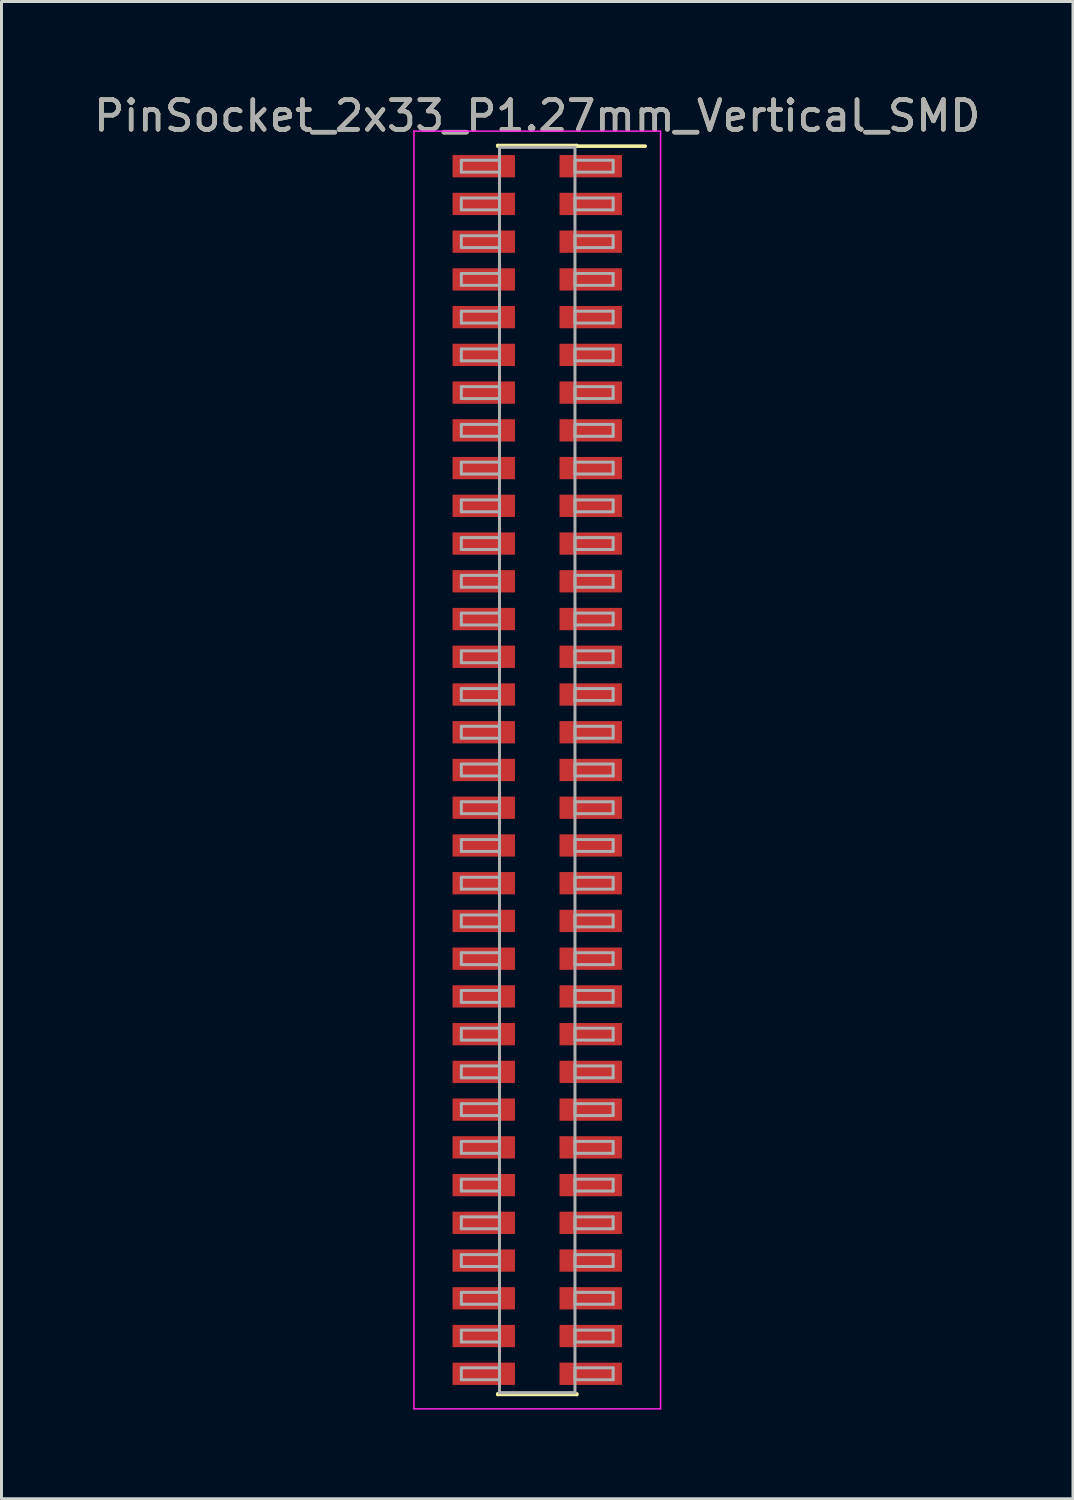
<source format=kicad_pcb>
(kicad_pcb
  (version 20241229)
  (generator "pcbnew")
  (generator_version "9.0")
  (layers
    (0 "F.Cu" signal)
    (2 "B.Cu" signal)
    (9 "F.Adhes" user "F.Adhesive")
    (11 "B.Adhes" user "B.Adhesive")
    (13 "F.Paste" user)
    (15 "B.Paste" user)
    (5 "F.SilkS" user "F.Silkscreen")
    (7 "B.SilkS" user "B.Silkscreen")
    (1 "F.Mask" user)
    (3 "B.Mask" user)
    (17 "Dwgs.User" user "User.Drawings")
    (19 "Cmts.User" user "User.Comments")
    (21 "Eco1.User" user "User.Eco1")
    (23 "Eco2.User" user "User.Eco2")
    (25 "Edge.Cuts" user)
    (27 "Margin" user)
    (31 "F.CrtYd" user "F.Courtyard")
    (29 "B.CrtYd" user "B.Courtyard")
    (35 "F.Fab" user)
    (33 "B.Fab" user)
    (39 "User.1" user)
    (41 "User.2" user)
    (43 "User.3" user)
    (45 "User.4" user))
  (footprint "PinSocket_2x33_P1.27mm_Vertical_SMD"
    (layer "F.Cu")
    (at 15.03 22.863)
    (property "Reference" "PinSocket_2x33_P1.27mm_Vertical_SMD" (at 0 -22.015 0) (layer "F.SilkS") (effects (font (size 1 1) (thickness 0.15))))
    (attr smd)
    (fp_line (start -1.33 -21.015) (end 1.33 -21.015) (stroke (width 0.12) (type solid)) (layer "F.SilkS"))
    (fp_line (start -1.33 -20.995) (end -1.33 -21.015) (stroke (width 0.12) (type solid)) (layer "F.SilkS"))
    (fp_line (start -1.33 20.995) (end -1.33 21.015) (stroke (width 0.12) (type solid)) (layer "F.SilkS"))
    (fp_line (start -1.33 21.015) (end 1.33 21.015) (stroke (width 0.12) (type solid)) (layer "F.SilkS"))
    (fp_line (start 1.33 -21.015) (end 1.33 -20.995) (stroke (width 0.12) (type solid)) (layer "F.SilkS"))
    (fp_line (start 1.33 21.015) (end 1.33 20.995) (stroke (width 0.12) (type solid)) (layer "F.SilkS"))
    (fp_line (start 3.635 -20.995) (end 1.33 -20.995) (stroke (width 0.12) (type solid)) (layer "F.SilkS"))
    (fp_line (start -4.15 -21.5) (end -4.15 21.5) (stroke (width 0.05) (type solid)) (layer "F.CrtYd"))
    (fp_line (start -4.15 21.5) (end 4.15 21.5) (stroke (width 0.05) (type solid)) (layer "F.CrtYd"))
    (fp_line (start 4.15 -21.5) (end -4.15 -21.5) (stroke (width 0.05) (type solid)) (layer "F.CrtYd"))
    (fp_line (start 4.15 21.5) (end 4.15 -21.5) (stroke (width 0.05) (type solid)) (layer "F.CrtYd"))
    (fp_line (start -2.555 -20.52) (end -1.27 -20.52) (stroke (width 0.1) (type solid)) (layer "F.Fab"))
    (fp_line (start -2.555 -20.12) (end -2.555 -20.52) (stroke (width 0.1) (type solid)) (layer "F.Fab"))
    (fp_line (start -2.555 -19.25) (end -1.27 -19.25) (stroke (width 0.1) (type solid)) (layer "F.Fab"))
    (fp_line (start -2.555 -18.85) (end -2.555 -19.25) (stroke (width 0.1) (type solid)) (layer "F.Fab"))
    (fp_line (start -2.555 -17.98) (end -1.27 -17.98) (stroke (width 0.1) (type solid)) (layer "F.Fab"))
    (fp_line (start -2.555 -17.58) (end -2.555 -17.98) (stroke (width 0.1) (type solid)) (layer "F.Fab"))
    (fp_line (start -2.555 -16.71) (end -1.27 -16.71) (stroke (width 0.1) (type solid)) (layer "F.Fab"))
    (fp_line (start -2.555 -16.31) (end -2.555 -16.71) (stroke (width 0.1) (type solid)) (layer "F.Fab"))
    (fp_line (start -2.555 -15.44) (end -1.27 -15.44) (stroke (width 0.1) (type solid)) (layer "F.Fab"))
    (fp_line (start -2.555 -15.04) (end -2.555 -15.44) (stroke (width 0.1) (type solid)) (layer "F.Fab"))
    (fp_line (start -2.555 -14.17) (end -1.27 -14.17) (stroke (width 0.1) (type solid)) (layer "F.Fab"))
    (fp_line (start -2.555 -13.77) (end -2.555 -14.17) (stroke (width 0.1) (type solid)) (layer "F.Fab"))
    (fp_line (start -2.555 -12.9) (end -1.27 -12.9) (stroke (width 0.1) (type solid)) (layer "F.Fab"))
    (fp_line (start -2.555 -12.5) (end -2.555 -12.9) (stroke (width 0.1) (type solid)) (layer "F.Fab"))
    (fp_line (start -2.555 -11.63) (end -1.27 -11.63) (stroke (width 0.1) (type solid)) (layer "F.Fab"))
    (fp_line (start -2.555 -11.23) (end -2.555 -11.63) (stroke (width 0.1) (type solid)) (layer "F.Fab"))
    (fp_line (start -2.555 -10.36) (end -1.27 -10.36) (stroke (width 0.1) (type solid)) (layer "F.Fab"))
    (fp_line (start -2.555 -9.96) (end -2.555 -10.36) (stroke (width 0.1) (type solid)) (layer "F.Fab"))
    (fp_line (start -2.555 -9.09) (end -1.27 -9.09) (stroke (width 0.1) (type solid)) (layer "F.Fab"))
    (fp_line (start -2.555 -8.69) (end -2.555 -9.09) (stroke (width 0.1) (type solid)) (layer "F.Fab"))
    (fp_line (start -2.555 -7.82) (end -1.27 -7.82) (stroke (width 0.1) (type solid)) (layer "F.Fab"))
    (fp_line (start -2.555 -7.42) (end -2.555 -7.82) (stroke (width 0.1) (type solid)) (layer "F.Fab"))
    (fp_line (start -2.555 -6.55) (end -1.27 -6.55) (stroke (width 0.1) (type solid)) (layer "F.Fab"))
    (fp_line (start -2.555 -6.15) (end -2.555 -6.55) (stroke (width 0.1) (type solid)) (layer "F.Fab"))
    (fp_line (start -2.555 -5.28) (end -1.27 -5.28) (stroke (width 0.1) (type solid)) (layer "F.Fab"))
    (fp_line (start -2.555 -4.88) (end -2.555 -5.28) (stroke (width 0.1) (type solid)) (layer "F.Fab"))
    (fp_line (start -2.555 -4.01) (end -1.27 -4.01) (stroke (width 0.1) (type solid)) (layer "F.Fab"))
    (fp_line (start -2.555 -3.61) (end -2.555 -4.01) (stroke (width 0.1) (type solid)) (layer "F.Fab"))
    (fp_line (start -2.555 -2.74) (end -1.27 -2.74) (stroke (width 0.1) (type solid)) (layer "F.Fab"))
    (fp_line (start -2.555 -2.34) (end -2.555 -2.74) (stroke (width 0.1) (type solid)) (layer "F.Fab"))
    (fp_line (start -2.555 -1.47) (end -1.27 -1.47) (stroke (width 0.1) (type solid)) (layer "F.Fab"))
    (fp_line (start -2.555 -1.07) (end -2.555 -1.47) (stroke (width 0.1) (type solid)) (layer "F.Fab"))
    (fp_line (start -2.555 -0.2) (end -1.27 -0.2) (stroke (width 0.1) (type solid)) (layer "F.Fab"))
    (fp_line (start -2.555 0.2) (end -2.555 -0.2) (stroke (width 0.1) (type solid)) (layer "F.Fab"))
    (fp_line (start -2.555 1.07) (end -1.27 1.07) (stroke (width 0.1) (type solid)) (layer "F.Fab"))
    (fp_line (start -2.555 1.47) (end -2.555 1.07) (stroke (width 0.1) (type solid)) (layer "F.Fab"))
    (fp_line (start -2.555 2.34) (end -1.27 2.34) (stroke (width 0.1) (type solid)) (layer "F.Fab"))
    (fp_line (start -2.555 2.74) (end -2.555 2.34) (stroke (width 0.1) (type solid)) (layer "F.Fab"))
    (fp_line (start -2.555 3.61) (end -1.27 3.61) (stroke (width 0.1) (type solid)) (layer "F.Fab"))
    (fp_line (start -2.555 4.01) (end -2.555 3.61) (stroke (width 0.1) (type solid)) (layer "F.Fab"))
    (fp_line (start -2.555 4.88) (end -1.27 4.88) (stroke (width 0.1) (type solid)) (layer "F.Fab"))
    (fp_line (start -2.555 5.28) (end -2.555 4.88) (stroke (width 0.1) (type solid)) (layer "F.Fab"))
    (fp_line (start -2.555 6.15) (end -1.27 6.15) (stroke (width 0.1) (type solid)) (layer "F.Fab"))
    (fp_line (start -2.555 6.55) (end -2.555 6.15) (stroke (width 0.1) (type solid)) (layer "F.Fab"))
    (fp_line (start -2.555 7.42) (end -1.27 7.42) (stroke (width 0.1) (type solid)) (layer "F.Fab"))
    (fp_line (start -2.555 7.82) (end -2.555 7.42) (stroke (width 0.1) (type solid)) (layer "F.Fab"))
    (fp_line (start -2.555 8.69) (end -1.27 8.69) (stroke (width 0.1) (type solid)) (layer "F.Fab"))
    (fp_line (start -2.555 9.09) (end -2.555 8.69) (stroke (width 0.1) (type solid)) (layer "F.Fab"))
    (fp_line (start -2.555 9.96) (end -1.27 9.96) (stroke (width 0.1) (type solid)) (layer "F.Fab"))
    (fp_line (start -2.555 10.36) (end -2.555 9.96) (stroke (width 0.1) (type solid)) (layer "F.Fab"))
    (fp_line (start -2.555 11.23) (end -1.27 11.23) (stroke (width 0.1) (type solid)) (layer "F.Fab"))
    (fp_line (start -2.555 11.63) (end -2.555 11.23) (stroke (width 0.1) (type solid)) (layer "F.Fab"))
    (fp_line (start -2.555 12.5) (end -1.27 12.5) (stroke (width 0.1) (type solid)) (layer "F.Fab"))
    (fp_line (start -2.555 12.9) (end -2.555 12.5) (stroke (width 0.1) (type solid)) (layer "F.Fab"))
    (fp_line (start -2.555 13.77) (end -1.27 13.77) (stroke (width 0.1) (type solid)) (layer "F.Fab"))
    (fp_line (start -2.555 14.17) (end -2.555 13.77) (stroke (width 0.1) (type solid)) (layer "F.Fab"))
    (fp_line (start -2.555 15.04) (end -1.27 15.04) (stroke (width 0.1) (type solid)) (layer "F.Fab"))
    (fp_line (start -2.555 15.44) (end -2.555 15.04) (stroke (width 0.1) (type solid)) (layer "F.Fab"))
    (fp_line (start -2.555 16.31) (end -1.27 16.31) (stroke (width 0.1) (type solid)) (layer "F.Fab"))
    (fp_line (start -2.555 16.71) (end -2.555 16.31) (stroke (width 0.1) (type solid)) (layer "F.Fab"))
    (fp_line (start -2.555 17.58) (end -1.27 17.58) (stroke (width 0.1) (type solid)) (layer "F.Fab"))
    (fp_line (start -2.555 17.98) (end -2.555 17.58) (stroke (width 0.1) (type solid)) (layer "F.Fab"))
    (fp_line (start -2.555 18.85) (end -1.27 18.85) (stroke (width 0.1) (type solid)) (layer "F.Fab"))
    (fp_line (start -2.555 19.25) (end -2.555 18.85) (stroke (width 0.1) (type solid)) (layer "F.Fab"))
    (fp_line (start -2.555 20.12) (end -1.27 20.12) (stroke (width 0.1) (type solid)) (layer "F.Fab"))
    (fp_line (start -2.555 20.52) (end -2.555 20.12) (stroke (width 0.1) (type solid)) (layer "F.Fab"))
    (fp_line (start -1.27 -20.955) (end -1.27 20.955) (stroke (width 0.1) (type solid)) (layer "F.Fab"))
    (fp_line (start -1.27 -20.52) (end -1.27 -20.12) (stroke (width 0.1) (type solid)) (layer "F.Fab"))
    (fp_line (start -1.27 -20.12) (end -2.555 -20.12) (stroke (width 0.1) (type solid)) (layer "F.Fab"))
    (fp_line (start -1.27 -19.25) (end -1.27 -18.85) (stroke (width 0.1) (type solid)) (layer "F.Fab"))
    (fp_line (start -1.27 -18.85) (end -2.555 -18.85) (stroke (width 0.1) (type solid)) (layer "F.Fab"))
    (fp_line (start -1.27 -17.98) (end -1.27 -17.58) (stroke (width 0.1) (type solid)) (layer "F.Fab"))
    (fp_line (start -1.27 -17.58) (end -2.555 -17.58) (stroke (width 0.1) (type solid)) (layer "F.Fab"))
    (fp_line (start -1.27 -16.71) (end -1.27 -16.31) (stroke (width 0.1) (type solid)) (layer "F.Fab"))
    (fp_line (start -1.27 -16.31) (end -2.555 -16.31) (stroke (width 0.1) (type solid)) (layer "F.Fab"))
    (fp_line (start -1.27 -15.44) (end -1.27 -15.04) (stroke (width 0.1) (type solid)) (layer "F.Fab"))
    (fp_line (start -1.27 -15.04) (end -2.555 -15.04) (stroke (width 0.1) (type solid)) (layer "F.Fab"))
    (fp_line (start -1.27 -14.17) (end -1.27 -13.77) (stroke (width 0.1) (type solid)) (layer "F.Fab"))
    (fp_line (start -1.27 -13.77) (end -2.555 -13.77) (stroke (width 0.1) (type solid)) (layer "F.Fab"))
    (fp_line (start -1.27 -12.9) (end -1.27 -12.5) (stroke (width 0.1) (type solid)) (layer "F.Fab"))
    (fp_line (start -1.27 -12.5) (end -2.555 -12.5) (stroke (width 0.1) (type solid)) (layer "F.Fab"))
    (fp_line (start -1.27 -11.63) (end -1.27 -11.23) (stroke (width 0.1) (type solid)) (layer "F.Fab"))
    (fp_line (start -1.27 -11.23) (end -2.555 -11.23) (stroke (width 0.1) (type solid)) (layer "F.Fab"))
    (fp_line (start -1.27 -10.36) (end -1.27 -9.96) (stroke (width 0.1) (type solid)) (layer "F.Fab"))
    (fp_line (start -1.27 -9.96) (end -2.555 -9.96) (stroke (width 0.1) (type solid)) (layer "F.Fab"))
    (fp_line (start -1.27 -9.09) (end -1.27 -8.69) (stroke (width 0.1) (type solid)) (layer "F.Fab"))
    (fp_line (start -1.27 -8.69) (end -2.555 -8.69) (stroke (width 0.1) (type solid)) (layer "F.Fab"))
    (fp_line (start -1.27 -7.82) (end -1.27 -7.42) (stroke (width 0.1) (type solid)) (layer "F.Fab"))
    (fp_line (start -1.27 -7.42) (end -2.555 -7.42) (stroke (width 0.1) (type solid)) (layer "F.Fab"))
    (fp_line (start -1.27 -6.55) (end -1.27 -6.15) (stroke (width 0.1) (type solid)) (layer "F.Fab"))
    (fp_line (start -1.27 -6.15) (end -2.555 -6.15) (stroke (width 0.1) (type solid)) (layer "F.Fab"))
    (fp_line (start -1.27 -5.28) (end -1.27 -4.88) (stroke (width 0.1) (type solid)) (layer "F.Fab"))
    (fp_line (start -1.27 -4.88) (end -2.555 -4.88) (stroke (width 0.1) (type solid)) (layer "F.Fab"))
    (fp_line (start -1.27 -4.01) (end -1.27 -3.61) (stroke (width 0.1) (type solid)) (layer "F.Fab"))
    (fp_line (start -1.27 -3.61) (end -2.555 -3.61) (stroke (width 0.1) (type solid)) (layer "F.Fab"))
    (fp_line (start -1.27 -2.74) (end -1.27 -2.34) (stroke (width 0.1) (type solid)) (layer "F.Fab"))
    (fp_line (start -1.27 -2.34) (end -2.555 -2.34) (stroke (width 0.1) (type solid)) (layer "F.Fab"))
    (fp_line (start -1.27 -1.47) (end -1.27 -1.07) (stroke (width 0.1) (type solid)) (layer "F.Fab"))
    (fp_line (start -1.27 -1.07) (end -2.555 -1.07) (stroke (width 0.1) (type solid)) (layer "F.Fab"))
    (fp_line (start -1.27 -0.2) (end -1.27 0.2) (stroke (width 0.1) (type solid)) (layer "F.Fab"))
    (fp_line (start -1.27 0.2) (end -2.555 0.2) (stroke (width 0.1) (type solid)) (layer "F.Fab"))
    (fp_line (start -1.27 1.07) (end -1.27 1.47) (stroke (width 0.1) (type solid)) (layer "F.Fab"))
    (fp_line (start -1.27 1.47) (end -2.555 1.47) (stroke (width 0.1) (type solid)) (layer "F.Fab"))
    (fp_line (start -1.27 2.34) (end -1.27 2.74) (stroke (width 0.1) (type solid)) (layer "F.Fab"))
    (fp_line (start -1.27 2.74) (end -2.555 2.74) (stroke (width 0.1) (type solid)) (layer "F.Fab"))
    (fp_line (start -1.27 3.61) (end -1.27 4.01) (stroke (width 0.1) (type solid)) (layer "F.Fab"))
    (fp_line (start -1.27 4.01) (end -2.555 4.01) (stroke (width 0.1) (type solid)) (layer "F.Fab"))
    (fp_line (start -1.27 4.88) (end -1.27 5.28) (stroke (width 0.1) (type solid)) (layer "F.Fab"))
    (fp_line (start -1.27 5.28) (end -2.555 5.28) (stroke (width 0.1) (type solid)) (layer "F.Fab"))
    (fp_line (start -1.27 6.15) (end -1.27 6.55) (stroke (width 0.1) (type solid)) (layer "F.Fab"))
    (fp_line (start -1.27 6.55) (end -2.555 6.55) (stroke (width 0.1) (type solid)) (layer "F.Fab"))
    (fp_line (start -1.27 7.42) (end -1.27 7.82) (stroke (width 0.1) (type solid)) (layer "F.Fab"))
    (fp_line (start -1.27 7.82) (end -2.555 7.82) (stroke (width 0.1) (type solid)) (layer "F.Fab"))
    (fp_line (start -1.27 8.69) (end -1.27 9.09) (stroke (width 0.1) (type solid)) (layer "F.Fab"))
    (fp_line (start -1.27 9.09) (end -2.555 9.09) (stroke (width 0.1) (type solid)) (layer "F.Fab"))
    (fp_line (start -1.27 9.96) (end -1.27 10.36) (stroke (width 0.1) (type solid)) (layer "F.Fab"))
    (fp_line (start -1.27 10.36) (end -2.555 10.36) (stroke (width 0.1) (type solid)) (layer "F.Fab"))
    (fp_line (start -1.27 11.23) (end -1.27 11.63) (stroke (width 0.1) (type solid)) (layer "F.Fab"))
    (fp_line (start -1.27 11.63) (end -2.555 11.63) (stroke (width 0.1) (type solid)) (layer "F.Fab"))
    (fp_line (start -1.27 12.5) (end -1.27 12.9) (stroke (width 0.1) (type solid)) (layer "F.Fab"))
    (fp_line (start -1.27 12.9) (end -2.555 12.9) (stroke (width 0.1) (type solid)) (layer "F.Fab"))
    (fp_line (start -1.27 13.77) (end -1.27 14.17) (stroke (width 0.1) (type solid)) (layer "F.Fab"))
    (fp_line (start -1.27 14.17) (end -2.555 14.17) (stroke (width 0.1) (type solid)) (layer "F.Fab"))
    (fp_line (start -1.27 15.04) (end -1.27 15.44) (stroke (width 0.1) (type solid)) (layer "F.Fab"))
    (fp_line (start -1.27 15.44) (end -2.555 15.44) (stroke (width 0.1) (type solid)) (layer "F.Fab"))
    (fp_line (start -1.27 16.31) (end -1.27 16.71) (stroke (width 0.1) (type solid)) (layer "F.Fab"))
    (fp_line (start -1.27 16.71) (end -2.555 16.71) (stroke (width 0.1) (type solid)) (layer "F.Fab"))
    (fp_line (start -1.27 17.58) (end -1.27 17.98) (stroke (width 0.1) (type solid)) (layer "F.Fab"))
    (fp_line (start -1.27 17.98) (end -2.555 17.98) (stroke (width 0.1) (type solid)) (layer "F.Fab"))
    (fp_line (start -1.27 18.85) (end -1.27 19.25) (stroke (width 0.1) (type solid)) (layer "F.Fab"))
    (fp_line (start -1.27 19.25) (end -2.555 19.25) (stroke (width 0.1) (type solid)) (layer "F.Fab"))
    (fp_line (start -1.27 20.12) (end -1.27 20.52) (stroke (width 0.1) (type solid)) (layer "F.Fab"))
    (fp_line (start -1.27 20.52) (end -2.555 20.52) (stroke (width 0.1) (type solid)) (layer "F.Fab"))
    (fp_line (start -1.27 20.955) (end 1.27 20.955) (stroke (width 0.1) (type solid)) (layer "F.Fab"))
    (fp_line (start 1.27 -20.955) (end -1.27 -20.955) (stroke (width 0.1) (type solid)) (layer "F.Fab"))
    (fp_line (start 1.27 -20.52) (end 1.27 -20.12) (stroke (width 0.1) (type solid)) (layer "F.Fab"))
    (fp_line (start 1.27 -20.12) (end 2.555 -20.12) (stroke (width 0.1) (type solid)) (layer "F.Fab"))
    (fp_line (start 1.27 -19.25) (end 1.27 -18.85) (stroke (width 0.1) (type solid)) (layer "F.Fab"))
    (fp_line (start 1.27 -18.85) (end 2.555 -18.85) (stroke (width 0.1) (type solid)) (layer "F.Fab"))
    (fp_line (start 1.27 -17.98) (end 1.27 -17.58) (stroke (width 0.1) (type solid)) (layer "F.Fab"))
    (fp_line (start 1.27 -17.58) (end 2.555 -17.58) (stroke (width 0.1) (type solid)) (layer "F.Fab"))
    (fp_line (start 1.27 -16.71) (end 1.27 -16.31) (stroke (width 0.1) (type solid)) (layer "F.Fab"))
    (fp_line (start 1.27 -16.31) (end 2.555 -16.31) (stroke (width 0.1) (type solid)) (layer "F.Fab"))
    (fp_line (start 1.27 -15.44) (end 1.27 -15.04) (stroke (width 0.1) (type solid)) (layer "F.Fab"))
    (fp_line (start 1.27 -15.04) (end 2.555 -15.04) (stroke (width 0.1) (type solid)) (layer "F.Fab"))
    (fp_line (start 1.27 -14.17) (end 1.27 -13.77) (stroke (width 0.1) (type solid)) (layer "F.Fab"))
    (fp_line (start 1.27 -13.77) (end 2.555 -13.77) (stroke (width 0.1) (type solid)) (layer "F.Fab"))
    (fp_line (start 1.27 -12.9) (end 1.27 -12.5) (stroke (width 0.1) (type solid)) (layer "F.Fab"))
    (fp_line (start 1.27 -12.5) (end 2.555 -12.5) (stroke (width 0.1) (type solid)) (layer "F.Fab"))
    (fp_line (start 1.27 -11.63) (end 1.27 -11.23) (stroke (width 0.1) (type solid)) (layer "F.Fab"))
    (fp_line (start 1.27 -11.23) (end 2.555 -11.23) (stroke (width 0.1) (type solid)) (layer "F.Fab"))
    (fp_line (start 1.27 -10.36) (end 1.27 -9.96) (stroke (width 0.1) (type solid)) (layer "F.Fab"))
    (fp_line (start 1.27 -9.96) (end 2.555 -9.96) (stroke (width 0.1) (type solid)) (layer "F.Fab"))
    (fp_line (start 1.27 -9.09) (end 1.27 -8.69) (stroke (width 0.1) (type solid)) (layer "F.Fab"))
    (fp_line (start 1.27 -8.69) (end 2.555 -8.69) (stroke (width 0.1) (type solid)) (layer "F.Fab"))
    (fp_line (start 1.27 -7.82) (end 1.27 -7.42) (stroke (width 0.1) (type solid)) (layer "F.Fab"))
    (fp_line (start 1.27 -7.42) (end 2.555 -7.42) (stroke (width 0.1) (type solid)) (layer "F.Fab"))
    (fp_line (start 1.27 -6.55) (end 1.27 -6.15) (stroke (width 0.1) (type solid)) (layer "F.Fab"))
    (fp_line (start 1.27 -6.15) (end 2.555 -6.15) (stroke (width 0.1) (type solid)) (layer "F.Fab"))
    (fp_line (start 1.27 -5.28) (end 1.27 -4.88) (stroke (width 0.1) (type solid)) (layer "F.Fab"))
    (fp_line (start 1.27 -4.88) (end 2.555 -4.88) (stroke (width 0.1) (type solid)) (layer "F.Fab"))
    (fp_line (start 1.27 -4.01) (end 1.27 -3.61) (stroke (width 0.1) (type solid)) (layer "F.Fab"))
    (fp_line (start 1.27 -3.61) (end 2.555 -3.61) (stroke (width 0.1) (type solid)) (layer "F.Fab"))
    (fp_line (start 1.27 -2.74) (end 1.27 -2.34) (stroke (width 0.1) (type solid)) (layer "F.Fab"))
    (fp_line (start 1.27 -2.34) (end 2.555 -2.34) (stroke (width 0.1) (type solid)) (layer "F.Fab"))
    (fp_line (start 1.27 -1.47) (end 1.27 -1.07) (stroke (width 0.1) (type solid)) (layer "F.Fab"))
    (fp_line (start 1.27 -1.07) (end 2.555 -1.07) (stroke (width 0.1) (type solid)) (layer "F.Fab"))
    (fp_line (start 1.27 -0.2) (end 1.27 0.2) (stroke (width 0.1) (type solid)) (layer "F.Fab"))
    (fp_line (start 1.27 0.2) (end 2.555 0.2) (stroke (width 0.1) (type solid)) (layer "F.Fab"))
    (fp_line (start 1.27 1.07) (end 1.27 1.47) (stroke (width 0.1) (type solid)) (layer "F.Fab"))
    (fp_line (start 1.27 1.47) (end 2.555 1.47) (stroke (width 0.1) (type solid)) (layer "F.Fab"))
    (fp_line (start 1.27 2.34) (end 1.27 2.74) (stroke (width 0.1) (type solid)) (layer "F.Fab"))
    (fp_line (start 1.27 2.74) (end 2.555 2.74) (stroke (width 0.1) (type solid)) (layer "F.Fab"))
    (fp_line (start 1.27 3.61) (end 1.27 4.01) (stroke (width 0.1) (type solid)) (layer "F.Fab"))
    (fp_line (start 1.27 4.01) (end 2.555 4.01) (stroke (width 0.1) (type solid)) (layer "F.Fab"))
    (fp_line (start 1.27 4.88) (end 1.27 5.28) (stroke (width 0.1) (type solid)) (layer "F.Fab"))
    (fp_line (start 1.27 5.28) (end 2.555 5.28) (stroke (width 0.1) (type solid)) (layer "F.Fab"))
    (fp_line (start 1.27 6.15) (end 1.27 6.55) (stroke (width 0.1) (type solid)) (layer "F.Fab"))
    (fp_line (start 1.27 6.55) (end 2.555 6.55) (stroke (width 0.1) (type solid)) (layer "F.Fab"))
    (fp_line (start 1.27 7.42) (end 1.27 7.82) (stroke (width 0.1) (type solid)) (layer "F.Fab"))
    (fp_line (start 1.27 7.82) (end 2.555 7.82) (stroke (width 0.1) (type solid)) (layer "F.Fab"))
    (fp_line (start 1.27 8.69) (end 1.27 9.09) (stroke (width 0.1) (type solid)) (layer "F.Fab"))
    (fp_line (start 1.27 9.09) (end 2.555 9.09) (stroke (width 0.1) (type solid)) (layer "F.Fab"))
    (fp_line (start 1.27 9.96) (end 1.27 10.36) (stroke (width 0.1) (type solid)) (layer "F.Fab"))
    (fp_line (start 1.27 10.36) (end 2.555 10.36) (stroke (width 0.1) (type solid)) (layer "F.Fab"))
    (fp_line (start 1.27 11.23) (end 1.27 11.63) (stroke (width 0.1) (type solid)) (layer "F.Fab"))
    (fp_line (start 1.27 11.63) (end 2.555 11.63) (stroke (width 0.1) (type solid)) (layer "F.Fab"))
    (fp_line (start 1.27 12.5) (end 1.27 12.9) (stroke (width 0.1) (type solid)) (layer "F.Fab"))
    (fp_line (start 1.27 12.9) (end 2.555 12.9) (stroke (width 0.1) (type solid)) (layer "F.Fab"))
    (fp_line (start 1.27 13.77) (end 1.27 14.17) (stroke (width 0.1) (type solid)) (layer "F.Fab"))
    (fp_line (start 1.27 14.17) (end 2.555 14.17) (stroke (width 0.1) (type solid)) (layer "F.Fab"))
    (fp_line (start 1.27 15.04) (end 1.27 15.44) (stroke (width 0.1) (type solid)) (layer "F.Fab"))
    (fp_line (start 1.27 15.44) (end 2.555 15.44) (stroke (width 0.1) (type solid)) (layer "F.Fab"))
    (fp_line (start 1.27 16.31) (end 1.27 16.71) (stroke (width 0.1) (type solid)) (layer "F.Fab"))
    (fp_line (start 1.27 16.71) (end 2.555 16.71) (stroke (width 0.1) (type solid)) (layer "F.Fab"))
    (fp_line (start 1.27 17.58) (end 1.27 17.98) (stroke (width 0.1) (type solid)) (layer "F.Fab"))
    (fp_line (start 1.27 17.98) (end 2.555 17.98) (stroke (width 0.1) (type solid)) (layer "F.Fab"))
    (fp_line (start 1.27 18.85) (end 1.27 19.25) (stroke (width 0.1) (type solid)) (layer "F.Fab"))
    (fp_line (start 1.27 19.25) (end 2.555 19.25) (stroke (width 0.1) (type solid)) (layer "F.Fab"))
    (fp_line (start 1.27 20.12) (end 1.27 20.52) (stroke (width 0.1) (type solid)) (layer "F.Fab"))
    (fp_line (start 1.27 20.52) (end 2.555 20.52) (stroke (width 0.1) (type solid)) (layer "F.Fab"))
    (fp_line (start 1.27 20.955) (end 1.27 -20.955) (stroke (width 0.1) (type solid)) (layer "F.Fab"))
    (fp_line (start 2.555 -20.52) (end 1.27 -20.52) (stroke (width 0.1) (type solid)) (layer "F.Fab"))
    (fp_line (start 2.555 -20.12) (end 2.555 -20.52) (stroke (width 0.1) (type solid)) (layer "F.Fab"))
    (fp_line (start 2.555 -19.25) (end 1.27 -19.25) (stroke (width 0.1) (type solid)) (layer "F.Fab"))
    (fp_line (start 2.555 -18.85) (end 2.555 -19.25) (stroke (width 0.1) (type solid)) (layer "F.Fab"))
    (fp_line (start 2.555 -17.98) (end 1.27 -17.98) (stroke (width 0.1) (type solid)) (layer "F.Fab"))
    (fp_line (start 2.555 -17.58) (end 2.555 -17.98) (stroke (width 0.1) (type solid)) (layer "F.Fab"))
    (fp_line (start 2.555 -16.71) (end 1.27 -16.71) (stroke (width 0.1) (type solid)) (layer "F.Fab"))
    (fp_line (start 2.555 -16.31) (end 2.555 -16.71) (stroke (width 0.1) (type solid)) (layer "F.Fab"))
    (fp_line (start 2.555 -15.44) (end 1.27 -15.44) (stroke (width 0.1) (type solid)) (layer "F.Fab"))
    (fp_line (start 2.555 -15.04) (end 2.555 -15.44) (stroke (width 0.1) (type solid)) (layer "F.Fab"))
    (fp_line (start 2.555 -14.17) (end 1.27 -14.17) (stroke (width 0.1) (type solid)) (layer "F.Fab"))
    (fp_line (start 2.555 -13.77) (end 2.555 -14.17) (stroke (width 0.1) (type solid)) (layer "F.Fab"))
    (fp_line (start 2.555 -12.9) (end 1.27 -12.9) (stroke (width 0.1) (type solid)) (layer "F.Fab"))
    (fp_line (start 2.555 -12.5) (end 2.555 -12.9) (stroke (width 0.1) (type solid)) (layer "F.Fab"))
    (fp_line (start 2.555 -11.63) (end 1.27 -11.63) (stroke (width 0.1) (type solid)) (layer "F.Fab"))
    (fp_line (start 2.555 -11.23) (end 2.555 -11.63) (stroke (width 0.1) (type solid)) (layer "F.Fab"))
    (fp_line (start 2.555 -10.36) (end 1.27 -10.36) (stroke (width 0.1) (type solid)) (layer "F.Fab"))
    (fp_line (start 2.555 -9.96) (end 2.555 -10.36) (stroke (width 0.1) (type solid)) (layer "F.Fab"))
    (fp_line (start 2.555 -9.09) (end 1.27 -9.09) (stroke (width 0.1) (type solid)) (layer "F.Fab"))
    (fp_line (start 2.555 -8.69) (end 2.555 -9.09) (stroke (width 0.1) (type solid)) (layer "F.Fab"))
    (fp_line (start 2.555 -7.82) (end 1.27 -7.82) (stroke (width 0.1) (type solid)) (layer "F.Fab"))
    (fp_line (start 2.555 -7.42) (end 2.555 -7.82) (stroke (width 0.1) (type solid)) (layer "F.Fab"))
    (fp_line (start 2.555 -6.55) (end 1.27 -6.55) (stroke (width 0.1) (type solid)) (layer "F.Fab"))
    (fp_line (start 2.555 -6.15) (end 2.555 -6.55) (stroke (width 0.1) (type solid)) (layer "F.Fab"))
    (fp_line (start 2.555 -5.28) (end 1.27 -5.28) (stroke (width 0.1) (type solid)) (layer "F.Fab"))
    (fp_line (start 2.555 -4.88) (end 2.555 -5.28) (stroke (width 0.1) (type solid)) (layer "F.Fab"))
    (fp_line (start 2.555 -4.01) (end 1.27 -4.01) (stroke (width 0.1) (type solid)) (layer "F.Fab"))
    (fp_line (start 2.555 -3.61) (end 2.555 -4.01) (stroke (width 0.1) (type solid)) (layer "F.Fab"))
    (fp_line (start 2.555 -2.74) (end 1.27 -2.74) (stroke (width 0.1) (type solid)) (layer "F.Fab"))
    (fp_line (start 2.555 -2.34) (end 2.555 -2.74) (stroke (width 0.1) (type solid)) (layer "F.Fab"))
    (fp_line (start 2.555 -1.47) (end 1.27 -1.47) (stroke (width 0.1) (type solid)) (layer "F.Fab"))
    (fp_line (start 2.555 -1.07) (end 2.555 -1.47) (stroke (width 0.1) (type solid)) (layer "F.Fab"))
    (fp_line (start 2.555 -0.2) (end 1.27 -0.2) (stroke (width 0.1) (type solid)) (layer "F.Fab"))
    (fp_line (start 2.555 0.2) (end 2.555 -0.2) (stroke (width 0.1) (type solid)) (layer "F.Fab"))
    (fp_line (start 2.555 1.07) (end 1.27 1.07) (stroke (width 0.1) (type solid)) (layer "F.Fab"))
    (fp_line (start 2.555 1.47) (end 2.555 1.07) (stroke (width 0.1) (type solid)) (layer "F.Fab"))
    (fp_line (start 2.555 2.34) (end 1.27 2.34) (stroke (width 0.1) (type solid)) (layer "F.Fab"))
    (fp_line (start 2.555 2.74) (end 2.555 2.34) (stroke (width 0.1) (type solid)) (layer "F.Fab"))
    (fp_line (start 2.555 3.61) (end 1.27 3.61) (stroke (width 0.1) (type solid)) (layer "F.Fab"))
    (fp_line (start 2.555 4.01) (end 2.555 3.61) (stroke (width 0.1) (type solid)) (layer "F.Fab"))
    (fp_line (start 2.555 4.88) (end 1.27 4.88) (stroke (width 0.1) (type solid)) (layer "F.Fab"))
    (fp_line (start 2.555 5.28) (end 2.555 4.88) (stroke (width 0.1) (type solid)) (layer "F.Fab"))
    (fp_line (start 2.555 6.15) (end 1.27 6.15) (stroke (width 0.1) (type solid)) (layer "F.Fab"))
    (fp_line (start 2.555 6.55) (end 2.555 6.15) (stroke (width 0.1) (type solid)) (layer "F.Fab"))
    (fp_line (start 2.555 7.42) (end 1.27 7.42) (stroke (width 0.1) (type solid)) (layer "F.Fab"))
    (fp_line (start 2.555 7.82) (end 2.555 7.42) (stroke (width 0.1) (type solid)) (layer "F.Fab"))
    (fp_line (start 2.555 8.69) (end 1.27 8.69) (stroke (width 0.1) (type solid)) (layer "F.Fab"))
    (fp_line (start 2.555 9.09) (end 2.555 8.69) (stroke (width 0.1) (type solid)) (layer "F.Fab"))
    (fp_line (start 2.555 9.96) (end 1.27 9.96) (stroke (width 0.1) (type solid)) (layer "F.Fab"))
    (fp_line (start 2.555 10.36) (end 2.555 9.96) (stroke (width 0.1) (type solid)) (layer "F.Fab"))
    (fp_line (start 2.555 11.23) (end 1.27 11.23) (stroke (width 0.1) (type solid)) (layer "F.Fab"))
    (fp_line (start 2.555 11.63) (end 2.555 11.23) (stroke (width 0.1) (type solid)) (layer "F.Fab"))
    (fp_line (start 2.555 12.5) (end 1.27 12.5) (stroke (width 0.1) (type solid)) (layer "F.Fab"))
    (fp_line (start 2.555 12.9) (end 2.555 12.5) (stroke (width 0.1) (type solid)) (layer "F.Fab"))
    (fp_line (start 2.555 13.77) (end 1.27 13.77) (stroke (width 0.1) (type solid)) (layer "F.Fab"))
    (fp_line (start 2.555 14.17) (end 2.555 13.77) (stroke (width 0.1) (type solid)) (layer "F.Fab"))
    (fp_line (start 2.555 15.04) (end 1.27 15.04) (stroke (width 0.1) (type solid)) (layer "F.Fab"))
    (fp_line (start 2.555 15.44) (end 2.555 15.04) (stroke (width 0.1) (type solid)) (layer "F.Fab"))
    (fp_line (start 2.555 16.31) (end 1.27 16.31) (stroke (width 0.1) (type solid)) (layer "F.Fab"))
    (fp_line (start 2.555 16.71) (end 2.555 16.31) (stroke (width 0.1) (type solid)) (layer "F.Fab"))
    (fp_line (start 2.555 17.58) (end 1.27 17.58) (stroke (width 0.1) (type solid)) (layer "F.Fab"))
    (fp_line (start 2.555 17.98) (end 2.555 17.58) (stroke (width 0.1) (type solid)) (layer "F.Fab"))
    (fp_line (start 2.555 18.85) (end 1.27 18.85) (stroke (width 0.1) (type solid)) (layer "F.Fab"))
    (fp_line (start 2.555 19.25) (end 2.555 18.85) (stroke (width 0.1) (type solid)) (layer "F.Fab"))
    (fp_line (start 2.555 20.12) (end 1.27 20.12) (stroke (width 0.1) (type solid)) (layer "F.Fab"))
    (fp_line (start 2.555 20.52) (end 2.555 20.12) (stroke (width 0.1) (type solid)) (layer "F.Fab"))
    (fp_text user "${REFERENCE}" (at 0 -22.015 0) (layer "F.Fab") (effects (font (size 1 1) (thickness 0.15))))
    (pad "1" smd rect (at 1.8 -20.32) (size 2.1 0.75) (layers "F.Cu" "F.Mask" "F.Paste"))
    (pad "2" smd rect (at -1.8 -20.32) (size 2.1 0.75) (layers "F.Cu" "F.Mask" "F.Paste"))
    (pad "3" smd rect (at 1.8 -19.05) (size 2.1 0.75) (layers "F.Cu" "F.Mask" "F.Paste"))
    (pad "4" smd rect (at -1.8 -19.05) (size 2.1 0.75) (layers "F.Cu" "F.Mask" "F.Paste"))
    (pad "5" smd rect (at 1.8 -17.78) (size 2.1 0.75) (layers "F.Cu" "F.Mask" "F.Paste"))
    (pad "6" smd rect (at -1.8 -17.78) (size 2.1 0.75) (layers "F.Cu" "F.Mask" "F.Paste"))
    (pad "7" smd rect (at 1.8 -16.51) (size 2.1 0.75) (layers "F.Cu" "F.Mask" "F.Paste"))
    (pad "8" smd rect (at -1.8 -16.51) (size 2.1 0.75) (layers "F.Cu" "F.Mask" "F.Paste"))
    (pad "9" smd rect (at 1.8 -15.24) (size 2.1 0.75) (layers "F.Cu" "F.Mask" "F.Paste"))
    (pad "10" smd rect (at -1.8 -15.24) (size 2.1 0.75) (layers "F.Cu" "F.Mask" "F.Paste"))
    (pad "11" smd rect (at 1.8 -13.97) (size 2.1 0.75) (layers "F.Cu" "F.Mask" "F.Paste"))
    (pad "12" smd rect (at -1.8 -13.97) (size 2.1 0.75) (layers "F.Cu" "F.Mask" "F.Paste"))
    (pad "13" smd rect (at 1.8 -12.7) (size 2.1 0.75) (layers "F.Cu" "F.Mask" "F.Paste"))
    (pad "14" smd rect (at -1.8 -12.7) (size 2.1 0.75) (layers "F.Cu" "F.Mask" "F.Paste"))
    (pad "15" smd rect (at 1.8 -11.43) (size 2.1 0.75) (layers "F.Cu" "F.Mask" "F.Paste"))
    (pad "16" smd rect (at -1.8 -11.43) (size 2.1 0.75) (layers "F.Cu" "F.Mask" "F.Paste"))
    (pad "17" smd rect (at 1.8 -10.16) (size 2.1 0.75) (layers "F.Cu" "F.Mask" "F.Paste"))
    (pad "18" smd rect (at -1.8 -10.16) (size 2.1 0.75) (layers "F.Cu" "F.Mask" "F.Paste"))
    (pad "19" smd rect (at 1.8 -8.89) (size 2.1 0.75) (layers "F.Cu" "F.Mask" "F.Paste"))
    (pad "20" smd rect (at -1.8 -8.89) (size 2.1 0.75) (layers "F.Cu" "F.Mask" "F.Paste"))
    (pad "21" smd rect (at 1.8 -7.62) (size 2.1 0.75) (layers "F.Cu" "F.Mask" "F.Paste"))
    (pad "22" smd rect (at -1.8 -7.62) (size 2.1 0.75) (layers "F.Cu" "F.Mask" "F.Paste"))
    (pad "23" smd rect (at 1.8 -6.35) (size 2.1 0.75) (layers "F.Cu" "F.Mask" "F.Paste"))
    (pad "24" smd rect (at -1.8 -6.35) (size 2.1 0.75) (layers "F.Cu" "F.Mask" "F.Paste"))
    (pad "25" smd rect (at 1.8 -5.08) (size 2.1 0.75) (layers "F.Cu" "F.Mask" "F.Paste"))
    (pad "26" smd rect (at -1.8 -5.08) (size 2.1 0.75) (layers "F.Cu" "F.Mask" "F.Paste"))
    (pad "27" smd rect (at 1.8 -3.81) (size 2.1 0.75) (layers "F.Cu" "F.Mask" "F.Paste"))
    (pad "28" smd rect (at -1.8 -3.81) (size 2.1 0.75) (layers "F.Cu" "F.Mask" "F.Paste"))
    (pad "29" smd rect (at 1.8 -2.54) (size 2.1 0.75) (layers "F.Cu" "F.Mask" "F.Paste"))
    (pad "30" smd rect (at -1.8 -2.54) (size 2.1 0.75) (layers "F.Cu" "F.Mask" "F.Paste"))
    (pad "31" smd rect (at 1.8 -1.27) (size 2.1 0.75) (layers "F.Cu" "F.Mask" "F.Paste"))
    (pad "32" smd rect (at -1.8 -1.27) (size 2.1 0.75) (layers "F.Cu" "F.Mask" "F.Paste"))
    (pad "33" smd rect (at 1.8 0) (size 2.1 0.75) (layers "F.Cu" "F.Mask" "F.Paste"))
    (pad "34" smd rect (at -1.8 0) (size 2.1 0.75) (layers "F.Cu" "F.Mask" "F.Paste"))
    (pad "35" smd rect (at 1.8 1.27) (size 2.1 0.75) (layers "F.Cu" "F.Mask" "F.Paste"))
    (pad "36" smd rect (at -1.8 1.27) (size 2.1 0.75) (layers "F.Cu" "F.Mask" "F.Paste"))
    (pad "37" smd rect (at 1.8 2.54) (size 2.1 0.75) (layers "F.Cu" "F.Mask" "F.Paste"))
    (pad "38" smd rect (at -1.8 2.54) (size 2.1 0.75) (layers "F.Cu" "F.Mask" "F.Paste"))
    (pad "39" smd rect (at 1.8 3.81) (size 2.1 0.75) (layers "F.Cu" "F.Mask" "F.Paste"))
    (pad "40" smd rect (at -1.8 3.81) (size 2.1 0.75) (layers "F.Cu" "F.Mask" "F.Paste"))
    (pad "41" smd rect (at 1.8 5.08) (size 2.1 0.75) (layers "F.Cu" "F.Mask" "F.Paste"))
    (pad "42" smd rect (at -1.8 5.08) (size 2.1 0.75) (layers "F.Cu" "F.Mask" "F.Paste"))
    (pad "43" smd rect (at 1.8 6.35) (size 2.1 0.75) (layers "F.Cu" "F.Mask" "F.Paste"))
    (pad "44" smd rect (at -1.8 6.35) (size 2.1 0.75) (layers "F.Cu" "F.Mask" "F.Paste"))
    (pad "45" smd rect (at 1.8 7.62) (size 2.1 0.75) (layers "F.Cu" "F.Mask" "F.Paste"))
    (pad "46" smd rect (at -1.8 7.62) (size 2.1 0.75) (layers "F.Cu" "F.Mask" "F.Paste"))
    (pad "47" smd rect (at 1.8 8.89) (size 2.1 0.75) (layers "F.Cu" "F.Mask" "F.Paste"))
    (pad "48" smd rect (at -1.8 8.89) (size 2.1 0.75) (layers "F.Cu" "F.Mask" "F.Paste"))
    (pad "49" smd rect (at 1.8 10.16) (size 2.1 0.75) (layers "F.Cu" "F.Mask" "F.Paste"))
    (pad "50" smd rect (at -1.8 10.16) (size 2.1 0.75) (layers "F.Cu" "F.Mask" "F.Paste"))
    (pad "51" smd rect (at 1.8 11.43) (size 2.1 0.75) (layers "F.Cu" "F.Mask" "F.Paste"))
    (pad "52" smd rect (at -1.8 11.43) (size 2.1 0.75) (layers "F.Cu" "F.Mask" "F.Paste"))
    (pad "53" smd rect (at 1.8 12.7) (size 2.1 0.75) (layers "F.Cu" "F.Mask" "F.Paste"))
    (pad "54" smd rect (at -1.8 12.7) (size 2.1 0.75) (layers "F.Cu" "F.Mask" "F.Paste"))
    (pad "55" smd rect (at 1.8 13.97) (size 2.1 0.75) (layers "F.Cu" "F.Mask" "F.Paste"))
    (pad "56" smd rect (at -1.8 13.97) (size 2.1 0.75) (layers "F.Cu" "F.Mask" "F.Paste"))
    (pad "57" smd rect (at 1.8 15.24) (size 2.1 0.75) (layers "F.Cu" "F.Mask" "F.Paste"))
    (pad "58" smd rect (at -1.8 15.24) (size 2.1 0.75) (layers "F.Cu" "F.Mask" "F.Paste"))
    (pad "59" smd rect (at 1.8 16.51) (size 2.1 0.75) (layers "F.Cu" "F.Mask" "F.Paste"))
    (pad "60" smd rect (at -1.8 16.51) (size 2.1 0.75) (layers "F.Cu" "F.Mask" "F.Paste"))
    (pad "61" smd rect (at 1.8 17.78) (size 2.1 0.75) (layers "F.Cu" "F.Mask" "F.Paste"))
    (pad "62" smd rect (at -1.8 17.78) (size 2.1 0.75) (layers "F.Cu" "F.Mask" "F.Paste"))
    (pad "63" smd rect (at 1.8 19.05) (size 2.1 0.75) (layers "F.Cu" "F.Mask" "F.Paste"))
    (pad "64" smd rect (at -1.8 19.05) (size 2.1 0.75) (layers "F.Cu" "F.Mask" "F.Paste"))
    (pad "65" smd rect (at 1.8 20.32) (size 2.1 0.75) (layers "F.Cu" "F.Mask" "F.Paste"))
    (pad "66" smd rect (at -1.8 20.32) (size 2.1 0.75) (layers "F.Cu" "F.Mask" "F.Paste")))
  (gr_rect
    (start -3 -3)
    (end 33.06 47.388)
    (stroke (width 0.1) (type default))
    (fill no)
    (layer "Edge.Cuts")))
</source>
